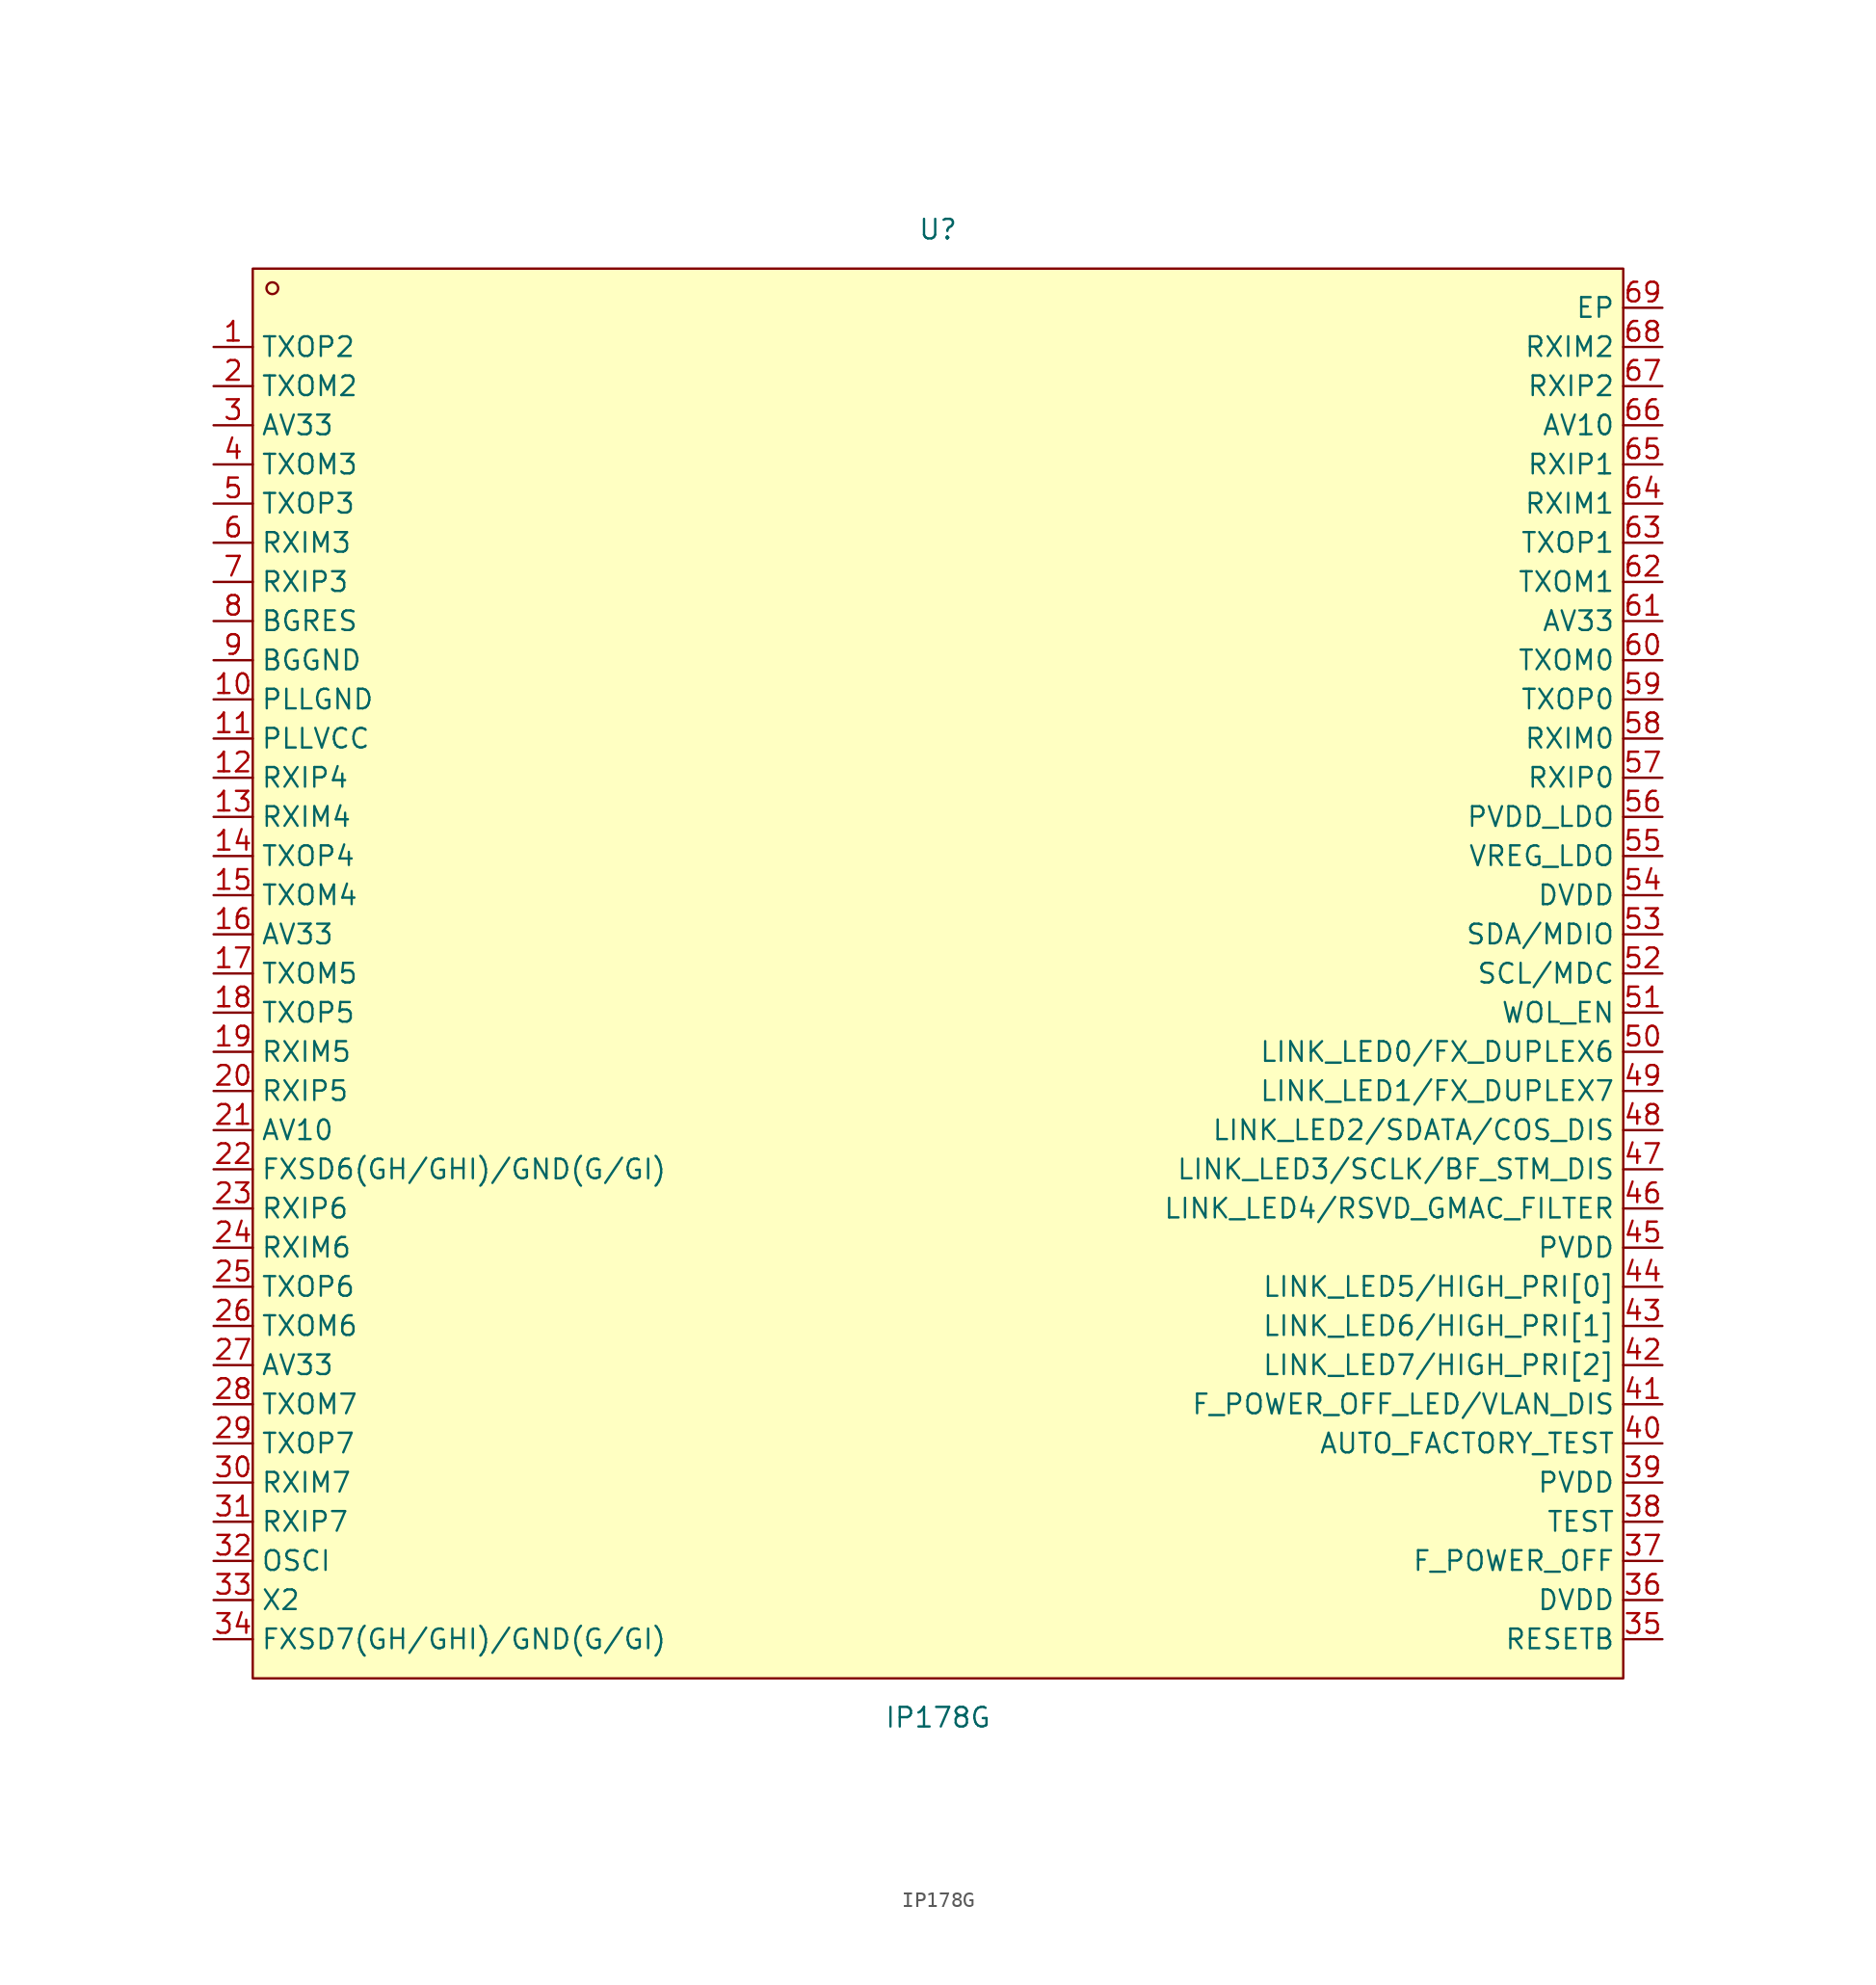
<source format=kicad_sym>
(kicad_symbol_lib
  (version 20211014)
  (generator https://github.com/uPesy/easyeda2kicad.py)
  (symbol "IP178G"
    (property "Reference" "U"
      (at 0 48.26 0)
      (effects (font (size 1.27 1.27))))
    (property "Value" "IP178G"
      (at 0 -48.26 0)
      (effects (font (size 1.27 1.27))))
    (symbol "IP178G_0_1"
      (rectangle (start -44.45 45.72) (end 44.45 -45.72) (stroke (width 0) (type default) (color 0 0 0 0)) (fill (type background)))
      (circle (center -43.18 44.45) (radius 0.38) (stroke (width 0) (type default) (color 0 0 0 0)) (fill (type none)))
      (pin unspecified line (at -46.99 40.64 0) (length 2.54) (name "TXOP2" (effects (font (size 1.27 1.27)))) (number "1" (effects (font (size 1.27 1.27)))))
      (pin unspecified line (at -46.99 38.10 0) (length 2.54) (name "TXOM2" (effects (font (size 1.27 1.27)))) (number "2" (effects (font (size 1.27 1.27)))))
      (pin unspecified line (at -46.99 35.56 0) (length 2.54) (name "AV33" (effects (font (size 1.27 1.27)))) (number "3" (effects (font (size 1.27 1.27)))))
      (pin unspecified line (at -46.99 33.02 0) (length 2.54) (name "TXOM3" (effects (font (size 1.27 1.27)))) (number "4" (effects (font (size 1.27 1.27)))))
      (pin unspecified line (at -46.99 30.48 0) (length 2.54) (name "TXOP3" (effects (font (size 1.27 1.27)))) (number "5" (effects (font (size 1.27 1.27)))))
      (pin unspecified line (at -46.99 27.94 0) (length 2.54) (name "RXIM3" (effects (font (size 1.27 1.27)))) (number "6" (effects (font (size 1.27 1.27)))))
      (pin unspecified line (at -46.99 25.40 0) (length 2.54) (name "RXIP3" (effects (font (size 1.27 1.27)))) (number "7" (effects (font (size 1.27 1.27)))))
      (pin unspecified line (at -46.99 22.86 0) (length 2.54) (name "BGRES" (effects (font (size 1.27 1.27)))) (number "8" (effects (font (size 1.27 1.27)))))
      (pin unspecified line (at -46.99 20.32 0) (length 2.54) (name "BGGND" (effects (font (size 1.27 1.27)))) (number "9" (effects (font (size 1.27 1.27)))))
      (pin unspecified line (at -46.99 17.78 0) (length 2.54) (name "PLLGND" (effects (font (size 1.27 1.27)))) (number "10" (effects (font (size 1.27 1.27)))))
      (pin unspecified line (at -46.99 15.24 0) (length 2.54) (name "PLLVCC" (effects (font (size 1.27 1.27)))) (number "11" (effects (font (size 1.27 1.27)))))
      (pin unspecified line (at -46.99 12.70 0) (length 2.54) (name "RXIP4" (effects (font (size 1.27 1.27)))) (number "12" (effects (font (size 1.27 1.27)))))
      (pin unspecified line (at -46.99 10.16 0) (length 2.54) (name "RXIM4" (effects (font (size 1.27 1.27)))) (number "13" (effects (font (size 1.27 1.27)))))
      (pin unspecified line (at -46.99 7.62 0) (length 2.54) (name "TXOP4" (effects (font (size 1.27 1.27)))) (number "14" (effects (font (size 1.27 1.27)))))
      (pin unspecified line (at -46.99 5.08 0) (length 2.54) (name "TXOM4" (effects (font (size 1.27 1.27)))) (number "15" (effects (font (size 1.27 1.27)))))
      (pin unspecified line (at -46.99 2.54 0) (length 2.54) (name "AV33" (effects (font (size 1.27 1.27)))) (number "16" (effects (font (size 1.27 1.27)))))
      (pin unspecified line (at -46.99 -0.00 0) (length 2.54) (name "TXOM5" (effects (font (size 1.27 1.27)))) (number "17" (effects (font (size 1.27 1.27)))))
      (pin unspecified line (at -46.99 -2.54 0) (length 2.54) (name "TXOP5" (effects (font (size 1.27 1.27)))) (number "18" (effects (font (size 1.27 1.27)))))
      (pin unspecified line (at -46.99 -5.08 0) (length 2.54) (name "RXIM5" (effects (font (size 1.27 1.27)))) (number "19" (effects (font (size 1.27 1.27)))))
      (pin unspecified line (at -46.99 -7.62 0) (length 2.54) (name "RXIP5" (effects (font (size 1.27 1.27)))) (number "20" (effects (font (size 1.27 1.27)))))
      (pin unspecified line (at -46.99 -10.16 0) (length 2.54) (name "AV10" (effects (font (size 1.27 1.27)))) (number "21" (effects (font (size 1.27 1.27)))))
      (pin unspecified line (at -46.99 -12.70 0) (length 2.54) (name "FXSD6(GH/GHI)/GND(G/GI)" (effects (font (size 1.27 1.27)))) (number "22" (effects (font (size 1.27 1.27)))))
      (pin unspecified line (at -46.99 -15.24 0) (length 2.54) (name "RXIP6" (effects (font (size 1.27 1.27)))) (number "23" (effects (font (size 1.27 1.27)))))
      (pin unspecified line (at -46.99 -17.78 0) (length 2.54) (name "RXIM6" (effects (font (size 1.27 1.27)))) (number "24" (effects (font (size 1.27 1.27)))))
      (pin unspecified line (at -46.99 -20.32 0) (length 2.54) (name "TXOP6" (effects (font (size 1.27 1.27)))) (number "25" (effects (font (size 1.27 1.27)))))
      (pin unspecified line (at -46.99 -22.86 0) (length 2.54) (name "TXOM6" (effects (font (size 1.27 1.27)))) (number "26" (effects (font (size 1.27 1.27)))))
      (pin unspecified line (at -46.99 -25.40 0) (length 2.54) (name "AV33" (effects (font (size 1.27 1.27)))) (number "27" (effects (font (size 1.27 1.27)))))
      (pin unspecified line (at -46.99 -27.94 0) (length 2.54) (name "TXOM7" (effects (font (size 1.27 1.27)))) (number "28" (effects (font (size 1.27 1.27)))))
      (pin unspecified line (at -46.99 -30.48 0) (length 2.54) (name "TXOP7" (effects (font (size 1.27 1.27)))) (number "29" (effects (font (size 1.27 1.27)))))
      (pin unspecified line (at -46.99 -33.02 0) (length 2.54) (name "RXIM7" (effects (font (size 1.27 1.27)))) (number "30" (effects (font (size 1.27 1.27)))))
      (pin unspecified line (at -46.99 -35.56 0) (length 2.54) (name "RXIP7" (effects (font (size 1.27 1.27)))) (number "31" (effects (font (size 1.27 1.27)))))
      (pin unspecified line (at -46.99 -38.10 0) (length 2.54) (name "OSCI" (effects (font (size 1.27 1.27)))) (number "32" (effects (font (size 1.27 1.27)))))
      (pin unspecified line (at -46.99 -40.64 0) (length 2.54) (name "X2" (effects (font (size 1.27 1.27)))) (number "33" (effects (font (size 1.27 1.27)))))
      (pin unspecified line (at -46.99 -43.18 0) (length 2.54) (name "FXSD7(GH/GHI)/GND(G/GI)" (effects (font (size 1.27 1.27)))) (number "34" (effects (font (size 1.27 1.27)))))
      (pin unspecified line (at 46.99 -43.18 180) (length 2.54) (name "RESETB" (effects (font (size 1.27 1.27)))) (number "35" (effects (font (size 1.27 1.27)))))
      (pin unspecified line (at 46.99 -40.64 180) (length 2.54) (name "DVDD" (effects (font (size 1.27 1.27)))) (number "36" (effects (font (size 1.27 1.27)))))
      (pin unspecified line (at 46.99 -38.10 180) (length 2.54) (name "F_POWER_OFF" (effects (font (size 1.27 1.27)))) (number "37" (effects (font (size 1.27 1.27)))))
      (pin unspecified line (at 46.99 -35.56 180) (length 2.54) (name "TEST" (effects (font (size 1.27 1.27)))) (number "38" (effects (font (size 1.27 1.27)))))
      (pin unspecified line (at 46.99 -33.02 180) (length 2.54) (name "PVDD" (effects (font (size 1.27 1.27)))) (number "39" (effects (font (size 1.27 1.27)))))
      (pin unspecified line (at 46.99 -30.48 180) (length 2.54) (name "AUTO_FACTORY_TEST" (effects (font (size 1.27 1.27)))) (number "40" (effects (font (size 1.27 1.27)))))
      (pin unspecified line (at 46.99 -27.94 180) (length 2.54) (name "F_POWER_OFF_LED/VLAN_DIS" (effects (font (size 1.27 1.27)))) (number "41" (effects (font (size 1.27 1.27)))))
      (pin unspecified line (at 46.99 -25.40 180) (length 2.54) (name "LINK_LED7/HIGH_PRI[2]" (effects (font (size 1.27 1.27)))) (number "42" (effects (font (size 1.27 1.27)))))
      (pin unspecified line (at 46.99 -22.86 180) (length 2.54) (name "LINK_LED6/HIGH_PRI[1]" (effects (font (size 1.27 1.27)))) (number "43" (effects (font (size 1.27 1.27)))))
      (pin unspecified line (at 46.99 -20.32 180) (length 2.54) (name "LINK_LED5/HIGH_PRI[0]" (effects (font (size 1.27 1.27)))) (number "44" (effects (font (size 1.27 1.27)))))
      (pin unspecified line (at 46.99 -17.78 180) (length 2.54) (name "PVDD" (effects (font (size 1.27 1.27)))) (number "45" (effects (font (size 1.27 1.27)))))
      (pin unspecified line (at 46.99 -15.24 180) (length 2.54) (name "LINK_LED4/RSVD_GMAC_FILTER" (effects (font (size 1.27 1.27)))) (number "46" (effects (font (size 1.27 1.27)))))
      (pin unspecified line (at 46.99 -12.70 180) (length 2.54) (name "LINK_LED3/SCLK/BF_STM_DIS" (effects (font (size 1.27 1.27)))) (number "47" (effects (font (size 1.27 1.27)))))
      (pin unspecified line (at 46.99 -10.16 180) (length 2.54) (name "LINK_LED2/SDATA/COS_DIS" (effects (font (size 1.27 1.27)))) (number "48" (effects (font (size 1.27 1.27)))))
      (pin unspecified line (at 46.99 -7.62 180) (length 2.54) (name "LINK_LED1/FX_DUPLEX7" (effects (font (size 1.27 1.27)))) (number "49" (effects (font (size 1.27 1.27)))))
      (pin unspecified line (at 46.99 -5.08 180) (length 2.54) (name "LINK_LED0/FX_DUPLEX6" (effects (font (size 1.27 1.27)))) (number "50" (effects (font (size 1.27 1.27)))))
      (pin unspecified line (at 46.99 -2.54 180) (length 2.54) (name "WOL_EN" (effects (font (size 1.27 1.27)))) (number "51" (effects (font (size 1.27 1.27)))))
      (pin unspecified line (at 46.99 -0.00 180) (length 2.54) (name "SCL/MDC" (effects (font (size 1.27 1.27)))) (number "52" (effects (font (size 1.27 1.27)))))
      (pin unspecified line (at 46.99 2.54 180) (length 2.54) (name "SDA/MDIO" (effects (font (size 1.27 1.27)))) (number "53" (effects (font (size 1.27 1.27)))))
      (pin unspecified line (at 46.99 5.08 180) (length 2.54) (name "DVDD" (effects (font (size 1.27 1.27)))) (number "54" (effects (font (size 1.27 1.27)))))
      (pin unspecified line (at 46.99 7.62 180) (length 2.54) (name "VREG_LDO" (effects (font (size 1.27 1.27)))) (number "55" (effects (font (size 1.27 1.27)))))
      (pin unspecified line (at 46.99 10.16 180) (length 2.54) (name "PVDD_LDO" (effects (font (size 1.27 1.27)))) (number "56" (effects (font (size 1.27 1.27)))))
      (pin unspecified line (at 46.99 12.70 180) (length 2.54) (name "RXIP0" (effects (font (size 1.27 1.27)))) (number "57" (effects (font (size 1.27 1.27)))))
      (pin unspecified line (at 46.99 15.24 180) (length 2.54) (name "RXIM0" (effects (font (size 1.27 1.27)))) (number "58" (effects (font (size 1.27 1.27)))))
      (pin unspecified line (at 46.99 17.78 180) (length 2.54) (name "TXOP0" (effects (font (size 1.27 1.27)))) (number "59" (effects (font (size 1.27 1.27)))))
      (pin unspecified line (at 46.99 20.32 180) (length 2.54) (name "TXOM0" (effects (font (size 1.27 1.27)))) (number "60" (effects (font (size 1.27 1.27)))))
      (pin unspecified line (at 46.99 22.86 180) (length 2.54) (name "AV33" (effects (font (size 1.27 1.27)))) (number "61" (effects (font (size 1.27 1.27)))))
      (pin unspecified line (at 46.99 25.40 180) (length 2.54) (name "TXOM1" (effects (font (size 1.27 1.27)))) (number "62" (effects (font (size 1.27 1.27)))))
      (pin unspecified line (at 46.99 27.94 180) (length 2.54) (name "TXOP1" (effects (font (size 1.27 1.27)))) (number "63" (effects (font (size 1.27 1.27)))))
      (pin unspecified line (at 46.99 30.48 180) (length 2.54) (name "RXIM1" (effects (font (size 1.27 1.27)))) (number "64" (effects (font (size 1.27 1.27)))))
      (pin unspecified line (at 46.99 33.02 180) (length 2.54) (name "RXIP1" (effects (font (size 1.27 1.27)))) (number "65" (effects (font (size 1.27 1.27)))))
      (pin unspecified line (at 46.99 35.56 180) (length 2.54) (name "AV10" (effects (font (size 1.27 1.27)))) (number "66" (effects (font (size 1.27 1.27)))))
      (pin unspecified line (at 46.99 38.10 180) (length 2.54) (name "RXIP2" (effects (font (size 1.27 1.27)))) (number "67" (effects (font (size 1.27 1.27)))))
      (pin unspecified line (at 46.99 40.64 180) (length 2.54) (name "RXIM2" (effects (font (size 1.27 1.27)))) (number "68" (effects (font (size 1.27 1.27)))))
      (pin unspecified line (at 46.99 43.18 180) (length 2.54) (name "EP" (effects (font (size 1.27 1.27)))) (number "69" (effects (font (size 1.27 1.27))))))))
</source>
